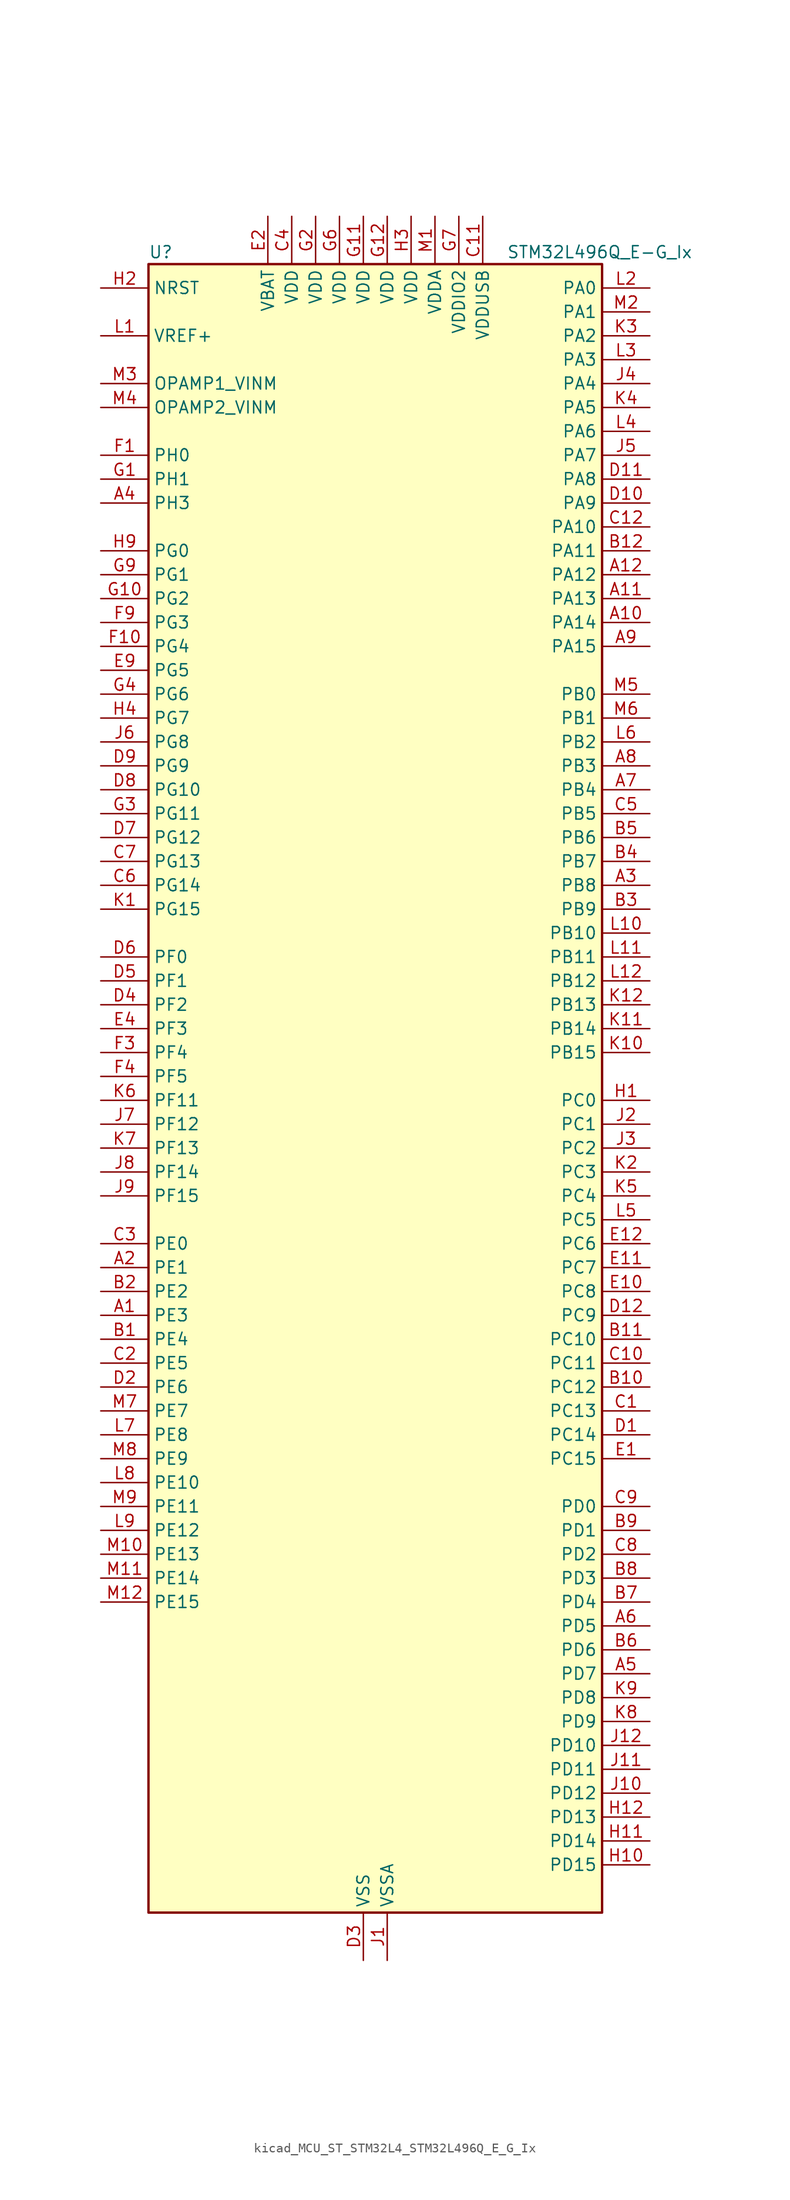
<source format=kicad_sym>
(kicad_symbol_lib
  (version 20220914)
  (generator kicad_symbol_editor)
  (symbol "kicad_MCU_ST_STM32L4_STM32L496Q_E_G_Ix"
    (property "Reference" "U"
      (at -22.86 90.17 0)
      (effects (font (size 1.27 1.27)) (justify left)))
    (property "Value" "STM32L496Q_E-G_Ix"
      (at 15.24 90.17 0)
      (effects (font (size 1.27 1.27)) (justify left)))
    (property "ki_locked" ""
      (at 0 0 0)
      (effects (font (size 1.27 1.27))))
    (symbol "kicad_MCU_ST_STM32L4_STM32L496Q_E_G_Ix_0_1"
      (rectangle (start -22.86 -86.36) (end 25.4 88.9) (stroke (width 0.254) (type default)) (fill (type background))))
    (symbol "kicad_MCU_ST_STM32L4_STM32L496Q_E_G_Ix_1_1"
      (pin bidirectional line (at -27.94 -22.86 0) (length 5.08) (name "PE3" (effects (font (size 1.27 1.27)))) (number "A1" (effects (font (size 1.27 1.27)))) (alternate "FMC_A19" bidirectional line) (alternate "LCD_SEG39" bidirectional line) (alternate "SAI1_SD_B" bidirectional line) (alternate "SYS_TRACED0" bidirectional line) (alternate "TIM3_CH1" bidirectional line) (alternate "TSC_G7_IO2" bidirectional line))
      (pin bidirectional line (at 30.48 50.8 180) (length 5.08) (name "PA14" (effects (font (size 1.27 1.27)))) (number "A10" (effects (font (size 1.27 1.27)))) (alternate "I2C1_SMBA" bidirectional line) (alternate "I2C4_SMBA" bidirectional line) (alternate "LPTIM1_OUT" bidirectional line) (alternate "SAI1_FS_B" bidirectional line) (alternate "SWPMI1_RX" bidirectional line) (alternate "SYS_JTCK-SWCLK" bidirectional line) (alternate "USB_OTG_FS_SOF" bidirectional line))
      (pin bidirectional line (at 30.48 53.34 180) (length 5.08) (name "PA13" (effects (font (size 1.27 1.27)))) (number "A11" (effects (font (size 1.27 1.27)))) (alternate "IR_OUT" bidirectional line) (alternate "SAI1_SD_B" bidirectional line) (alternate "SWPMI1_TX" bidirectional line) (alternate "SYS_JTMS-SWDIO" bidirectional line) (alternate "USB_OTG_FS_NOE" bidirectional line))
      (pin bidirectional line (at 30.48 55.88 180) (length 5.08) (name "PA12" (effects (font (size 1.27 1.27)))) (number "A12" (effects (font (size 1.27 1.27)))) (alternate "CAN1_TX" bidirectional line) (alternate "SPI1_MOSI" bidirectional line) (alternate "TIM1_ETR" bidirectional line) (alternate "USART1_DE" bidirectional line) (alternate "USART1_RTS" bidirectional line) (alternate "USB_OTG_FS_DP" bidirectional line))
      (pin bidirectional line (at -27.94 -17.78 0) (length 5.08) (name "PE1" (effects (font (size 1.27 1.27)))) (number "A2" (effects (font (size 1.27 1.27)))) (alternate "DCMI_D3" bidirectional line) (alternate "FMC_NBL1" bidirectional line) (alternate "LCD_SEG37" bidirectional line) (alternate "TIM17_CH1" bidirectional line))
      (pin bidirectional line (at 30.48 22.86 180) (length 5.08) (name "PB8" (effects (font (size 1.27 1.27)))) (number "A3" (effects (font (size 1.27 1.27)))) (alternate "CAN1_RX" bidirectional line) (alternate "DCMI_D6" bidirectional line) (alternate "DFSDM1_DATIN6" bidirectional line) (alternate "I2C1_SCL" bidirectional line) (alternate "LCD_SEG16" bidirectional line) (alternate "SAI1_MCLK_A" bidirectional line) (alternate "SDMMC1_D4" bidirectional line) (alternate "TIM16_CH1" bidirectional line) (alternate "TIM4_CH3" bidirectional line))
      (pin bidirectional line (at -27.94 63.5 0) (length 5.08) (name "PH3" (effects (font (size 1.27 1.27)))) (number "A4" (effects (font (size 1.27 1.27)))))
      (pin bidirectional line (at 30.48 -60.96 180) (length 5.08) (name "PD7" (effects (font (size 1.27 1.27)))) (number "A5" (effects (font (size 1.27 1.27)))) (alternate "DFSDM1_CKIN1" bidirectional line) (alternate "FMC_NE1" bidirectional line) (alternate "QUADSPI_BK2_IO3" bidirectional line) (alternate "USART2_CK" bidirectional line))
      (pin bidirectional line (at 30.48 -55.88 180) (length 5.08) (name "PD5" (effects (font (size 1.27 1.27)))) (number "A6" (effects (font (size 1.27 1.27)))) (alternate "FMC_NWE" bidirectional line) (alternate "QUADSPI_BK2_IO1" bidirectional line) (alternate "USART2_TX" bidirectional line))
      (pin bidirectional line (at 30.48 33.02 180) (length 5.08) (name "PB4" (effects (font (size 1.27 1.27)))) (number "A7" (effects (font (size 1.27 1.27)))) (alternate "COMP2_INP" bidirectional line) (alternate "DCMI_D12" bidirectional line) (alternate "I2C3_SDA" bidirectional line) (alternate "LCD_SEG8" bidirectional line) (alternate "SAI1_MCLK_B" bidirectional line) (alternate "SPI1_MISO" bidirectional line) (alternate "SPI3_MISO" bidirectional line) (alternate "SYS_JTRST" bidirectional line) (alternate "TIM17_BKIN" bidirectional line) (alternate "TIM3_CH1" bidirectional line) (alternate "TSC_G2_IO1" bidirectional line) (alternate "UART5_DE" bidirectional line) (alternate "UART5_RTS" bidirectional line) (alternate "USART1_CTS" bidirectional line))
      (pin bidirectional line (at 30.48 35.56 180) (length 5.08) (name "PB3" (effects (font (size 1.27 1.27)))) (number "A8" (effects (font (size 1.27 1.27)))) (alternate "COMP2_INM" bidirectional line) (alternate "CRS_SYNC" bidirectional line) (alternate "LCD_SEG7" bidirectional line) (alternate "SAI1_SCK_B" bidirectional line) (alternate "SPI1_SCK" bidirectional line) (alternate "SPI3_SCK" bidirectional line) (alternate "SYS_JTDO-SWO" bidirectional line) (alternate "TIM2_CH2" bidirectional line) (alternate "USART1_DE" bidirectional line) (alternate "USART1_RTS" bidirectional line))
      (pin bidirectional line (at 30.48 48.26 180) (length 5.08) (name "PA15" (effects (font (size 1.27 1.27)))) (number "A9" (effects (font (size 1.27 1.27)))) (alternate "ADC1_EXTI15" bidirectional line) (alternate "ADC2_EXTI15" bidirectional line) (alternate "ADC3_EXTI15" bidirectional line) (alternate "LCD_SEG17" bidirectional line) (alternate "SAI2_FS_B" bidirectional line) (alternate "SPI1_NSS" bidirectional line) (alternate "SPI3_NSS" bidirectional line) (alternate "SWPMI1_SUSPEND" bidirectional line) (alternate "SYS_JTDI" bidirectional line) (alternate "TIM2_CH1" bidirectional line) (alternate "TIM2_ETR" bidirectional line) (alternate "TSC_G3_IO1" bidirectional line) (alternate "UART4_DE" bidirectional line) (alternate "UART4_RTS" bidirectional line) (alternate "USART2_RX" bidirectional line) (alternate "USART3_DE" bidirectional line) (alternate "USART3_RTS" bidirectional line))
      (pin bidirectional line (at -27.94 -25.4 0) (length 5.08) (name "PE4" (effects (font (size 1.27 1.27)))) (number "B1" (effects (font (size 1.27 1.27)))) (alternate "DCMI_D4" bidirectional line) (alternate "DFSDM1_DATIN3" bidirectional line) (alternate "FMC_A20" bidirectional line) (alternate "SAI1_FS_A" bidirectional line) (alternate "SYS_TRACED1" bidirectional line) (alternate "TIM3_CH2" bidirectional line) (alternate "TSC_G7_IO3" bidirectional line))
      (pin bidirectional line (at 30.48 -30.48 180) (length 5.08) (name "PC12" (effects (font (size 1.27 1.27)))) (number "B10" (effects (font (size 1.27 1.27)))) (alternate "DCMI_D9" bidirectional line) (alternate "LCD_COM6" bidirectional line) (alternate "LCD_SEG30" bidirectional line) (alternate "LCD_SEG42" bidirectional line) (alternate "SAI2_SD_B" bidirectional line) (alternate "SDMMC1_CK" bidirectional line) (alternate "SPI3_MOSI" bidirectional line) (alternate "SYS_TRACED3" bidirectional line) (alternate "TSC_G3_IO4" bidirectional line) (alternate "UART5_TX" bidirectional line) (alternate "USART3_CK" bidirectional line))
      (pin bidirectional line (at 30.48 -25.4 180) (length 5.08) (name "PC10" (effects (font (size 1.27 1.27)))) (number "B11" (effects (font (size 1.27 1.27)))) (alternate "DCMI_D8" bidirectional line) (alternate "LCD_COM4" bidirectional line) (alternate "LCD_SEG28" bidirectional line) (alternate "LCD_SEG40" bidirectional line) (alternate "SAI2_SCK_B" bidirectional line) (alternate "SDMMC1_D2" bidirectional line) (alternate "SPI3_SCK" bidirectional line) (alternate "SYS_TRACED1" bidirectional line) (alternate "TSC_G3_IO2" bidirectional line) (alternate "UART4_TX" bidirectional line) (alternate "USART3_TX" bidirectional line))
      (pin bidirectional line (at 30.48 58.42 180) (length 5.08) (name "PA11" (effects (font (size 1.27 1.27)))) (number "B12" (effects (font (size 1.27 1.27)))) (alternate "ADC1_EXTI11" bidirectional line) (alternate "ADC2_EXTI11" bidirectional line) (alternate "ADC3_EXTI11" bidirectional line) (alternate "CAN1_RX" bidirectional line) (alternate "SPI1_MISO" bidirectional line) (alternate "TIM1_BKIN2" bidirectional line) (alternate "TIM1_BKIN2_COMP1" bidirectional line) (alternate "TIM1_CH4" bidirectional line) (alternate "USART1_CTS" bidirectional line) (alternate "USB_OTG_FS_DM" bidirectional line))
      (pin bidirectional line (at -27.94 -20.32 0) (length 5.08) (name "PE2" (effects (font (size 1.27 1.27)))) (number "B2" (effects (font (size 1.27 1.27)))) (alternate "FMC_A23" bidirectional line) (alternate "LCD_SEG38" bidirectional line) (alternate "SAI1_MCLK_A" bidirectional line) (alternate "SYS_TRACECLK" bidirectional line) (alternate "TIM3_ETR" bidirectional line) (alternate "TSC_G7_IO1" bidirectional line))
      (pin bidirectional line (at 30.48 20.32 180) (length 5.08) (name "PB9" (effects (font (size 1.27 1.27)))) (number "B3" (effects (font (size 1.27 1.27)))) (alternate "CAN1_TX" bidirectional line) (alternate "DAC1_EXTI9" bidirectional line) (alternate "DCMI_D7" bidirectional line) (alternate "DFSDM1_CKIN6" bidirectional line) (alternate "I2C1_SDA" bidirectional line) (alternate "IR_OUT" bidirectional line) (alternate "LCD_COM3" bidirectional line) (alternate "SAI1_FS_A" bidirectional line) (alternate "SDMMC1_D5" bidirectional line) (alternate "SPI2_NSS" bidirectional line) (alternate "TIM17_CH1" bidirectional line) (alternate "TIM4_CH4" bidirectional line))
      (pin bidirectional line (at 30.48 25.4 180) (length 5.08) (name "PB7" (effects (font (size 1.27 1.27)))) (number "B4" (effects (font (size 1.27 1.27)))) (alternate "COMP2_INM" bidirectional line) (alternate "DCMI_VSYNC" bidirectional line) (alternate "DFSDM1_CKIN5" bidirectional line) (alternate "FMC_NL" bidirectional line) (alternate "I2C1_SDA" bidirectional line) (alternate "I2C4_SDA" bidirectional line) (alternate "LCD_SEG21" bidirectional line) (alternate "LPTIM1_IN2" bidirectional line) (alternate "SYS_PVD_IN" bidirectional line) (alternate "TIM17_CH1N" bidirectional line) (alternate "TIM4_CH2" bidirectional line) (alternate "TIM8_BKIN" bidirectional line) (alternate "TIM8_BKIN_COMP1" bidirectional line) (alternate "TSC_G2_IO4" bidirectional line) (alternate "UART4_CTS" bidirectional line) (alternate "USART1_RX" bidirectional line))
      (pin bidirectional line (at 30.48 27.94 180) (length 5.08) (name "PB6" (effects (font (size 1.27 1.27)))) (number "B5" (effects (font (size 1.27 1.27)))) (alternate "CAN2_TX" bidirectional line) (alternate "COMP2_INP" bidirectional line) (alternate "DCMI_D5" bidirectional line) (alternate "DFSDM1_DATIN5" bidirectional line) (alternate "I2C1_SCL" bidirectional line) (alternate "I2C4_SCL" bidirectional line) (alternate "LPTIM1_ETR" bidirectional line) (alternate "SAI1_FS_B" bidirectional line) (alternate "TIM16_CH1N" bidirectional line) (alternate "TIM4_CH1" bidirectional line) (alternate "TIM8_BKIN2" bidirectional line) (alternate "TIM8_BKIN2_COMP2" bidirectional line) (alternate "TSC_G2_IO3" bidirectional line) (alternate "USART1_TX" bidirectional line))
      (pin bidirectional line (at 30.48 -58.42 180) (length 5.08) (name "PD6" (effects (font (size 1.27 1.27)))) (number "B6" (effects (font (size 1.27 1.27)))) (alternate "DCMI_D10" bidirectional line) (alternate "DFSDM1_DATIN1" bidirectional line) (alternate "FMC_NWAIT" bidirectional line) (alternate "QUADSPI_BK2_IO1" bidirectional line) (alternate "QUADSPI_BK2_IO2" bidirectional line) (alternate "SAI1_SD_A" bidirectional line) (alternate "USART2_RX" bidirectional line))
      (pin bidirectional line (at 30.48 -53.34 180) (length 5.08) (name "PD4" (effects (font (size 1.27 1.27)))) (number "B7" (effects (font (size 1.27 1.27)))) (alternate "DFSDM1_CKIN0" bidirectional line) (alternate "FMC_NOE" bidirectional line) (alternate "QUADSPI_BK2_IO0" bidirectional line) (alternate "SPI2_MOSI" bidirectional line) (alternate "USART2_DE" bidirectional line) (alternate "USART2_RTS" bidirectional line))
      (pin bidirectional line (at 30.48 -50.8 180) (length 5.08) (name "PD3" (effects (font (size 1.27 1.27)))) (number "B8" (effects (font (size 1.27 1.27)))) (alternate "DCMI_D5" bidirectional line) (alternate "DFSDM1_DATIN0" bidirectional line) (alternate "FMC_CLK" bidirectional line) (alternate "QUADSPI_BK2_NCS" bidirectional line) (alternate "SPI2_MISO" bidirectional line) (alternate "SPI2_SCK" bidirectional line) (alternate "USART2_CTS" bidirectional line))
      (pin bidirectional line (at 30.48 -45.72 180) (length 5.08) (name "PD1" (effects (font (size 1.27 1.27)))) (number "B9" (effects (font (size 1.27 1.27)))) (alternate "CAN1_TX" bidirectional line) (alternate "DFSDM1_CKIN7" bidirectional line) (alternate "FMC_D3" bidirectional line) (alternate "FMC_DA3" bidirectional line) (alternate "SPI2_SCK" bidirectional line))
      (pin bidirectional line (at 30.48 -33.02 180) (length 5.08) (name "PC13" (effects (font (size 1.27 1.27)))) (number "C1" (effects (font (size 1.27 1.27)))) (alternate "RTC_OUT_ALARM" bidirectional line) (alternate "RTC_OUT_CALIB" bidirectional line) (alternate "RTC_TAMP1" bidirectional line) (alternate "RTC_TS" bidirectional line) (alternate "SYS_WKUP2" bidirectional line))
      (pin bidirectional line (at 30.48 -27.94 180) (length 5.08) (name "PC11" (effects (font (size 1.27 1.27)))) (number "C10" (effects (font (size 1.27 1.27)))) (alternate "ADC1_EXTI11" bidirectional line) (alternate "ADC2_EXTI11" bidirectional line) (alternate "ADC3_EXTI11" bidirectional line) (alternate "DCMI_D4" bidirectional line) (alternate "LCD_COM5" bidirectional line) (alternate "LCD_SEG29" bidirectional line) (alternate "LCD_SEG41" bidirectional line) (alternate "QUADSPI_BK2_NCS" bidirectional line) (alternate "SAI2_MCLK_B" bidirectional line) (alternate "SDMMC1_D3" bidirectional line) (alternate "SPI3_MISO" bidirectional line) (alternate "TSC_G3_IO3" bidirectional line) (alternate "UART4_RX" bidirectional line) (alternate "USART3_RX" bidirectional line))
      (pin power_in line (at 12.7 93.98 270) (length 5.08) (name "VDDUSB" (effects (font (size 1.27 1.27)))) (number "C11" (effects (font (size 1.27 1.27)))))
      (pin bidirectional line (at 30.48 60.96 180) (length 5.08) (name "PA10" (effects (font (size 1.27 1.27)))) (number "C12" (effects (font (size 1.27 1.27)))) (alternate "DCMI_D1" bidirectional line) (alternate "LCD_COM2" bidirectional line) (alternate "SAI1_SD_A" bidirectional line) (alternate "TIM17_BKIN" bidirectional line) (alternate "TIM1_CH3" bidirectional line) (alternate "USART1_RX" bidirectional line) (alternate "USB_OTG_FS_ID" bidirectional line))
      (pin bidirectional line (at -27.94 -27.94 0) (length 5.08) (name "PE5" (effects (font (size 1.27 1.27)))) (number "C2" (effects (font (size 1.27 1.27)))) (alternate "DCMI_D6" bidirectional line) (alternate "DFSDM1_CKIN3" bidirectional line) (alternate "FMC_A21" bidirectional line) (alternate "SAI1_SCK_A" bidirectional line) (alternate "SYS_TRACED2" bidirectional line) (alternate "TIM3_CH3" bidirectional line) (alternate "TSC_G7_IO4" bidirectional line))
      (pin bidirectional line (at -27.94 -15.24 0) (length 5.08) (name "PE0" (effects (font (size 1.27 1.27)))) (number "C3" (effects (font (size 1.27 1.27)))) (alternate "DCMI_D2" bidirectional line) (alternate "FMC_NBL0" bidirectional line) (alternate "LCD_SEG36" bidirectional line) (alternate "TIM16_CH1" bidirectional line) (alternate "TIM4_ETR" bidirectional line))
      (pin power_in line (at -7.62 93.98 270) (length 5.08) (name "VDD" (effects (font (size 1.27 1.27)))) (number "C4" (effects (font (size 1.27 1.27)))))
      (pin bidirectional line (at 30.48 30.48 180) (length 5.08) (name "PB5" (effects (font (size 1.27 1.27)))) (number "C5" (effects (font (size 1.27 1.27)))) (alternate "CAN2_RX" bidirectional line) (alternate "COMP2_OUT" bidirectional line) (alternate "DCMI_D10" bidirectional line) (alternate "I2C1_SMBA" bidirectional line) (alternate "LCD_SEG9" bidirectional line) (alternate "LPTIM1_IN1" bidirectional line) (alternate "SAI1_SD_B" bidirectional line) (alternate "SPI1_MOSI" bidirectional line) (alternate "SPI3_MOSI" bidirectional line) (alternate "TIM16_BKIN" bidirectional line) (alternate "TIM3_CH2" bidirectional line) (alternate "TSC_G2_IO2" bidirectional line) (alternate "UART5_CTS" bidirectional line) (alternate "USART1_CK" bidirectional line))
      (pin bidirectional line (at -27.94 22.86 0) (length 5.08) (name "PG14" (effects (font (size 1.27 1.27)))) (number "C6" (effects (font (size 1.27 1.27)))) (alternate "FMC_A25" bidirectional line) (alternate "I2C1_SCL" bidirectional line))
      (pin bidirectional line (at -27.94 25.4 0) (length 5.08) (name "PG13" (effects (font (size 1.27 1.27)))) (number "C7" (effects (font (size 1.27 1.27)))) (alternate "FMC_A24" bidirectional line) (alternate "I2C1_SDA" bidirectional line) (alternate "USART1_CK" bidirectional line))
      (pin bidirectional line (at 30.48 -48.26 180) (length 5.08) (name "PD2" (effects (font (size 1.27 1.27)))) (number "C8" (effects (font (size 1.27 1.27)))) (alternate "DCMI_D11" bidirectional line) (alternate "LCD_COM7" bidirectional line) (alternate "LCD_SEG31" bidirectional line) (alternate "LCD_SEG43" bidirectional line) (alternate "SDMMC1_CMD" bidirectional line) (alternate "SYS_TRACED2" bidirectional line) (alternate "TIM3_ETR" bidirectional line) (alternate "TSC_SYNC" bidirectional line) (alternate "UART5_RX" bidirectional line) (alternate "USART3_DE" bidirectional line) (alternate "USART3_RTS" bidirectional line))
      (pin bidirectional line (at 30.48 -43.18 180) (length 5.08) (name "PD0" (effects (font (size 1.27 1.27)))) (number "C9" (effects (font (size 1.27 1.27)))) (alternate "CAN1_RX" bidirectional line) (alternate "DFSDM1_DATIN7" bidirectional line) (alternate "FMC_D2" bidirectional line) (alternate "FMC_DA2" bidirectional line) (alternate "SPI2_NSS" bidirectional line))
      (pin bidirectional line (at 30.48 -35.56 180) (length 5.08) (name "PC14" (effects (font (size 1.27 1.27)))) (number "D1" (effects (font (size 1.27 1.27)))) (alternate "RCC_OSC32_IN" bidirectional line))
      (pin bidirectional line (at 30.48 63.5 180) (length 5.08) (name "PA9" (effects (font (size 1.27 1.27)))) (number "D10" (effects (font (size 1.27 1.27)))) (alternate "DAC1_EXTI9" bidirectional line) (alternate "DCMI_D0" bidirectional line) (alternate "LCD_COM1" bidirectional line) (alternate "SAI1_FS_A" bidirectional line) (alternate "SPI2_SCK" bidirectional line) (alternate "TIM15_BKIN" bidirectional line) (alternate "TIM1_CH2" bidirectional line) (alternate "USART1_TX" bidirectional line) (alternate "USB_OTG_FS_VBUS" bidirectional line))
      (pin bidirectional line (at 30.48 66.04 180) (length 5.08) (name "PA8" (effects (font (size 1.27 1.27)))) (number "D11" (effects (font (size 1.27 1.27)))) (alternate "LCD_COM0" bidirectional line) (alternate "LPTIM2_OUT" bidirectional line) (alternate "RCC_MCO" bidirectional line) (alternate "SAI1_SCK_A" bidirectional line) (alternate "SWPMI1_IO" bidirectional line) (alternate "TIM1_CH1" bidirectional line) (alternate "USART1_CK" bidirectional line) (alternate "USB_OTG_FS_SOF" bidirectional line))
      (pin bidirectional line (at 30.48 -22.86 180) (length 5.08) (name "PC9" (effects (font (size 1.27 1.27)))) (number "D12" (effects (font (size 1.27 1.27)))) (alternate "DAC1_EXTI9" bidirectional line) (alternate "DCMI_D3" bidirectional line) (alternate "I2C3_SDA" bidirectional line) (alternate "LCD_SEG27" bidirectional line) (alternate "SAI2_EXTCLK" bidirectional line) (alternate "SDMMC1_D1" bidirectional line) (alternate "TIM3_CH4" bidirectional line) (alternate "TIM8_BKIN2" bidirectional line) (alternate "TIM8_BKIN2_COMP1" bidirectional line) (alternate "TIM8_CH4" bidirectional line) (alternate "TSC_G4_IO4" bidirectional line) (alternate "USB_OTG_FS_NOE" bidirectional line))
      (pin bidirectional line (at -27.94 -30.48 0) (length 5.08) (name "PE6" (effects (font (size 1.27 1.27)))) (number "D2" (effects (font (size 1.27 1.27)))) (alternate "DCMI_D7" bidirectional line) (alternate "FMC_A22" bidirectional line) (alternate "RTC_TAMP3" bidirectional line) (alternate "SAI1_SD_A" bidirectional line) (alternate "SYS_TRACED3" bidirectional line) (alternate "SYS_WKUP3" bidirectional line) (alternate "TIM3_CH4" bidirectional line))
      (pin power_in line (at 0 -91.44 90) (length 5.08) (name "VSS" (effects (font (size 1.27 1.27)))) (number "D3" (effects (font (size 1.27 1.27)))))
      (pin bidirectional line (at -27.94 10.16 0) (length 5.08) (name "PF2" (effects (font (size 1.27 1.27)))) (number "D4" (effects (font (size 1.27 1.27)))) (alternate "FMC_A2" bidirectional line) (alternate "I2C2_SMBA" bidirectional line))
      (pin bidirectional line (at -27.94 12.7 0) (length 5.08) (name "PF1" (effects (font (size 1.27 1.27)))) (number "D5" (effects (font (size 1.27 1.27)))) (alternate "FMC_A1" bidirectional line) (alternate "I2C2_SCL" bidirectional line))
      (pin bidirectional line (at -27.94 15.24 0) (length 5.08) (name "PF0" (effects (font (size 1.27 1.27)))) (number "D6" (effects (font (size 1.27 1.27)))) (alternate "FMC_A0" bidirectional line) (alternate "I2C2_SDA" bidirectional line))
      (pin bidirectional line (at -27.94 27.94 0) (length 5.08) (name "PG12" (effects (font (size 1.27 1.27)))) (number "D7" (effects (font (size 1.27 1.27)))) (alternate "FMC_NE4" bidirectional line) (alternate "LPTIM1_ETR" bidirectional line) (alternate "SAI2_SD_A" bidirectional line) (alternate "SPI3_NSS" bidirectional line) (alternate "USART1_DE" bidirectional line) (alternate "USART1_RTS" bidirectional line))
      (pin bidirectional line (at -27.94 33.02 0) (length 5.08) (name "PG10" (effects (font (size 1.27 1.27)))) (number "D8" (effects (font (size 1.27 1.27)))) (alternate "FMC_NE3" bidirectional line) (alternate "LPTIM1_IN1" bidirectional line) (alternate "SAI2_FS_A" bidirectional line) (alternate "SPI3_MISO" bidirectional line) (alternate "TIM15_CH1" bidirectional line) (alternate "USART1_RX" bidirectional line))
      (pin bidirectional line (at -27.94 35.56 0) (length 5.08) (name "PG9" (effects (font (size 1.27 1.27)))) (number "D9" (effects (font (size 1.27 1.27)))) (alternate "DAC1_EXTI9" bidirectional line) (alternate "FMC_NCE" bidirectional line) (alternate "FMC_NE2" bidirectional line) (alternate "SAI2_SCK_A" bidirectional line) (alternate "SPI3_SCK" bidirectional line) (alternate "TIM15_CH1N" bidirectional line) (alternate "USART1_TX" bidirectional line))
      (pin bidirectional line (at 30.48 -38.1 180) (length 5.08) (name "PC15" (effects (font (size 1.27 1.27)))) (number "E1" (effects (font (size 1.27 1.27)))) (alternate "ADC1_EXTI15" bidirectional line) (alternate "ADC2_EXTI15" bidirectional line) (alternate "ADC3_EXTI15" bidirectional line) (alternate "RCC_OSC32_OUT" bidirectional line))
      (pin bidirectional line (at 30.48 -20.32 180) (length 5.08) (name "PC8" (effects (font (size 1.27 1.27)))) (number "E10" (effects (font (size 1.27 1.27)))) (alternate "DCMI_D2" bidirectional line) (alternate "LCD_SEG26" bidirectional line) (alternate "SDMMC1_D0" bidirectional line) (alternate "TIM3_CH3" bidirectional line) (alternate "TIM8_CH3" bidirectional line) (alternate "TSC_G4_IO3" bidirectional line))
      (pin bidirectional line (at 30.48 -17.78 180) (length 5.08) (name "PC7" (effects (font (size 1.27 1.27)))) (number "E11" (effects (font (size 1.27 1.27)))) (alternate "DCMI_D1" bidirectional line) (alternate "DFSDM1_DATIN3" bidirectional line) (alternate "LCD_SEG25" bidirectional line) (alternate "SAI2_MCLK_B" bidirectional line) (alternate "SDMMC1_D7" bidirectional line) (alternate "TIM3_CH2" bidirectional line) (alternate "TIM8_CH2" bidirectional line) (alternate "TSC_G4_IO2" bidirectional line))
      (pin bidirectional line (at 30.48 -15.24 180) (length 5.08) (name "PC6" (effects (font (size 1.27 1.27)))) (number "E12" (effects (font (size 1.27 1.27)))) (alternate "DCMI_D0" bidirectional line) (alternate "DFSDM1_CKIN3" bidirectional line) (alternate "LCD_SEG24" bidirectional line) (alternate "SAI2_MCLK_A" bidirectional line) (alternate "SDMMC1_D6" bidirectional line) (alternate "TIM3_CH1" bidirectional line) (alternate "TIM8_CH1" bidirectional line) (alternate "TSC_G4_IO1" bidirectional line))
      (pin power_in line (at -10.16 93.98 270) (length 5.08) (name "VBAT" (effects (font (size 1.27 1.27)))) (number "E2" (effects (font (size 1.27 1.27)))))
      (pin passive line (at 0 -91.44 90) (length 5.08) hide (name "VSS" (effects (font (size 1.27 1.27)))) (number "E3" (effects (font (size 1.27 1.27)))))
      (pin bidirectional line (at -27.94 7.62 0) (length 5.08) (name "PF3" (effects (font (size 1.27 1.27)))) (number "E4" (effects (font (size 1.27 1.27)))) (alternate "ADC3_IN6" bidirectional line) (alternate "FMC_A3" bidirectional line))
      (pin bidirectional line (at -27.94 45.72 0) (length 5.08) (name "PG5" (effects (font (size 1.27 1.27)))) (number "E9" (effects (font (size 1.27 1.27)))) (alternate "FMC_A15" bidirectional line) (alternate "LPUART1_CTS" bidirectional line) (alternate "SAI2_SD_B" bidirectional line) (alternate "SPI1_NSS" bidirectional line))
      (pin bidirectional line (at -27.94 68.58 0) (length 5.08) (name "PH0" (effects (font (size 1.27 1.27)))) (number "F1" (effects (font (size 1.27 1.27)))) (alternate "RCC_OSC_IN" bidirectional line))
      (pin bidirectional line (at -27.94 48.26 0) (length 5.08) (name "PG4" (effects (font (size 1.27 1.27)))) (number "F10" (effects (font (size 1.27 1.27)))) (alternate "FMC_A14" bidirectional line) (alternate "SAI2_MCLK_B" bidirectional line) (alternate "SPI1_MOSI" bidirectional line))
      (pin passive line (at 0 -91.44 90) (length 5.08) hide (name "VSS" (effects (font (size 1.27 1.27)))) (number "F11" (effects (font (size 1.27 1.27)))))
      (pin passive line (at 0 -91.44 90) (length 5.08) hide (name "VSS" (effects (font (size 1.27 1.27)))) (number "F12" (effects (font (size 1.27 1.27)))))
      (pin passive line (at 0 -91.44 90) (length 5.08) hide (name "VSS" (effects (font (size 1.27 1.27)))) (number "F2" (effects (font (size 1.27 1.27)))))
      (pin bidirectional line (at -27.94 5.08 0) (length 5.08) (name "PF4" (effects (font (size 1.27 1.27)))) (number "F3" (effects (font (size 1.27 1.27)))) (alternate "ADC3_IN7" bidirectional line) (alternate "FMC_A4" bidirectional line))
      (pin bidirectional line (at -27.94 2.54 0) (length 5.08) (name "PF5" (effects (font (size 1.27 1.27)))) (number "F4" (effects (font (size 1.27 1.27)))) (alternate "ADC3_IN8" bidirectional line) (alternate "FMC_A5" bidirectional line))
      (pin passive line (at 0 -91.44 90) (length 5.08) hide (name "VSS" (effects (font (size 1.27 1.27)))) (number "F6" (effects (font (size 1.27 1.27)))))
      (pin passive line (at 0 -91.44 90) (length 5.08) hide (name "VSS" (effects (font (size 1.27 1.27)))) (number "F7" (effects (font (size 1.27 1.27)))))
      (pin bidirectional line (at -27.94 50.8 0) (length 5.08) (name "PG3" (effects (font (size 1.27 1.27)))) (number "F9" (effects (font (size 1.27 1.27)))) (alternate "FMC_A13" bidirectional line) (alternate "SAI2_FS_B" bidirectional line) (alternate "SPI1_MISO" bidirectional line))
      (pin bidirectional line (at -27.94 66.04 0) (length 5.08) (name "PH1" (effects (font (size 1.27 1.27)))) (number "G1" (effects (font (size 1.27 1.27)))) (alternate "RCC_OSC_OUT" bidirectional line))
      (pin bidirectional line (at -27.94 53.34 0) (length 5.08) (name "PG2" (effects (font (size 1.27 1.27)))) (number "G10" (effects (font (size 1.27 1.27)))) (alternate "FMC_A12" bidirectional line) (alternate "SAI2_SCK_B" bidirectional line) (alternate "SPI1_SCK" bidirectional line))
      (pin power_in line (at 0 93.98 270) (length 5.08) (name "VDD" (effects (font (size 1.27 1.27)))) (number "G11" (effects (font (size 1.27 1.27)))))
      (pin power_in line (at 2.54 93.98 270) (length 5.08) (name "VDD" (effects (font (size 1.27 1.27)))) (number "G12" (effects (font (size 1.27 1.27)))))
      (pin power_in line (at -5.08 93.98 270) (length 5.08) (name "VDD" (effects (font (size 1.27 1.27)))) (number "G2" (effects (font (size 1.27 1.27)))))
      (pin bidirectional line (at -27.94 30.48 0) (length 5.08) (name "PG11" (effects (font (size 1.27 1.27)))) (number "G3" (effects (font (size 1.27 1.27)))) (alternate "ADC1_EXTI11" bidirectional line) (alternate "ADC2_EXTI11" bidirectional line) (alternate "ADC3_EXTI11" bidirectional line) (alternate "LPTIM1_IN2" bidirectional line) (alternate "SAI2_MCLK_A" bidirectional line) (alternate "SPI3_MOSI" bidirectional line) (alternate "TIM15_CH2" bidirectional line) (alternate "USART1_CTS" bidirectional line))
      (pin bidirectional line (at -27.94 43.18 0) (length 5.08) (name "PG6" (effects (font (size 1.27 1.27)))) (number "G4" (effects (font (size 1.27 1.27)))) (alternate "I2C3_SMBA" bidirectional line) (alternate "LPUART1_DE" bidirectional line) (alternate "LPUART1_RTS" bidirectional line))
      (pin power_in line (at -2.54 93.98 270) (length 5.08) (name "VDD" (effects (font (size 1.27 1.27)))) (number "G6" (effects (font (size 1.27 1.27)))))
      (pin power_in line (at 10.16 93.98 270) (length 5.08) (name "VDDIO2" (effects (font (size 1.27 1.27)))) (number "G7" (effects (font (size 1.27 1.27)))))
      (pin bidirectional line (at -27.94 55.88 0) (length 5.08) (name "PG1" (effects (font (size 1.27 1.27)))) (number "G9" (effects (font (size 1.27 1.27)))) (alternate "FMC_A11" bidirectional line) (alternate "TSC_G8_IO4" bidirectional line))
      (pin bidirectional line (at 30.48 0 180) (length 5.08) (name "PC0" (effects (font (size 1.27 1.27)))) (number "H1" (effects (font (size 1.27 1.27)))) (alternate "ADC1_IN1" bidirectional line) (alternate "ADC2_IN1" bidirectional line) (alternate "ADC3_IN1" bidirectional line) (alternate "DFSDM1_DATIN4" bidirectional line) (alternate "I2C3_SCL" bidirectional line) (alternate "I2C4_SCL" bidirectional line) (alternate "LCD_SEG18" bidirectional line) (alternate "LPTIM1_IN1" bidirectional line) (alternate "LPTIM2_IN1" bidirectional line) (alternate "LPUART1_RX" bidirectional line))
      (pin bidirectional line (at 30.48 -81.28 180) (length 5.08) (name "PD15" (effects (font (size 1.27 1.27)))) (number "H10" (effects (font (size 1.27 1.27)))) (alternate "ADC1_EXTI15" bidirectional line) (alternate "ADC2_EXTI15" bidirectional line) (alternate "ADC3_EXTI15" bidirectional line) (alternate "FMC_D1" bidirectional line) (alternate "FMC_DA1" bidirectional line) (alternate "LCD_SEG35" bidirectional line) (alternate "TIM4_CH4" bidirectional line))
      (pin bidirectional line (at 30.48 -78.74 180) (length 5.08) (name "PD14" (effects (font (size 1.27 1.27)))) (number "H11" (effects (font (size 1.27 1.27)))) (alternate "FMC_D0" bidirectional line) (alternate "FMC_DA0" bidirectional line) (alternate "LCD_SEG34" bidirectional line) (alternate "TIM4_CH3" bidirectional line))
      (pin bidirectional line (at 30.48 -76.2 180) (length 5.08) (name "PD13" (effects (font (size 1.27 1.27)))) (number "H12" (effects (font (size 1.27 1.27)))) (alternate "FMC_A18" bidirectional line) (alternate "I2C4_SDA" bidirectional line) (alternate "LCD_SEG33" bidirectional line) (alternate "LPTIM2_OUT" bidirectional line) (alternate "TIM4_CH2" bidirectional line) (alternate "TSC_G6_IO4" bidirectional line))
      (pin input line (at -27.94 86.36 0) (length 5.08) (name "NRST" (effects (font (size 1.27 1.27)))) (number "H2" (effects (font (size 1.27 1.27)))))
      (pin power_in line (at 5.08 93.98 270) (length 5.08) (name "VDD" (effects (font (size 1.27 1.27)))) (number "H3" (effects (font (size 1.27 1.27)))))
      (pin bidirectional line (at -27.94 40.64 0) (length 5.08) (name "PG7" (effects (font (size 1.27 1.27)))) (number "H4" (effects (font (size 1.27 1.27)))) (alternate "FMC_INT" bidirectional line) (alternate "I2C3_SCL" bidirectional line) (alternate "LPUART1_TX" bidirectional line) (alternate "SAI1_MCLK_A" bidirectional line))
      (pin bidirectional line (at -27.94 58.42 0) (length 5.08) (name "PG0" (effects (font (size 1.27 1.27)))) (number "H9" (effects (font (size 1.27 1.27)))) (alternate "FMC_A10" bidirectional line) (alternate "TSC_G8_IO3" bidirectional line))
      (pin power_in line (at 2.54 -91.44 90) (length 5.08) (name "VSSA" (effects (font (size 1.27 1.27)))) (number "J1" (effects (font (size 1.27 1.27)))))
      (pin bidirectional line (at 30.48 -73.66 180) (length 5.08) (name "PD12" (effects (font (size 1.27 1.27)))) (number "J10" (effects (font (size 1.27 1.27)))) (alternate "FMC_A17" bidirectional line) (alternate "FMC_ALE" bidirectional line) (alternate "I2C4_SCL" bidirectional line) (alternate "LCD_SEG32" bidirectional line) (alternate "LPTIM2_IN1" bidirectional line) (alternate "SAI2_FS_A" bidirectional line) (alternate "TIM4_CH1" bidirectional line) (alternate "TSC_G6_IO3" bidirectional line) (alternate "USART3_DE" bidirectional line) (alternate "USART3_RTS" bidirectional line))
      (pin bidirectional line (at 30.48 -71.12 180) (length 5.08) (name "PD11" (effects (font (size 1.27 1.27)))) (number "J11" (effects (font (size 1.27 1.27)))) (alternate "ADC1_EXTI11" bidirectional line) (alternate "ADC2_EXTI11" bidirectional line) (alternate "ADC3_EXTI11" bidirectional line) (alternate "FMC_A16" bidirectional line) (alternate "FMC_CLE" bidirectional line) (alternate "I2C4_SMBA" bidirectional line) (alternate "LCD_SEG31" bidirectional line) (alternate "LPTIM2_ETR" bidirectional line) (alternate "SAI2_SD_A" bidirectional line) (alternate "TSC_G6_IO2" bidirectional line) (alternate "USART3_CTS" bidirectional line))
      (pin bidirectional line (at 30.48 -68.58 180) (length 5.08) (name "PD10" (effects (font (size 1.27 1.27)))) (number "J12" (effects (font (size 1.27 1.27)))) (alternate "FMC_D15" bidirectional line) (alternate "FMC_DA15" bidirectional line) (alternate "LCD_SEG30" bidirectional line) (alternate "SAI2_SCK_A" bidirectional line) (alternate "TSC_G6_IO1" bidirectional line) (alternate "USART3_CK" bidirectional line))
      (pin bidirectional line (at 30.48 -2.54 180) (length 5.08) (name "PC1" (effects (font (size 1.27 1.27)))) (number "J2" (effects (font (size 1.27 1.27)))) (alternate "ADC1_IN2" bidirectional line) (alternate "ADC2_IN2" bidirectional line) (alternate "ADC3_IN2" bidirectional line) (alternate "DFSDM1_CKIN4" bidirectional line) (alternate "I2C3_SDA" bidirectional line) (alternate "I2C4_SDA" bidirectional line) (alternate "LCD_SEG19" bidirectional line) (alternate "LPTIM1_OUT" bidirectional line) (alternate "LPUART1_TX" bidirectional line) (alternate "QUADSPI_BK2_IO0" bidirectional line) (alternate "SAI1_SD_A" bidirectional line) (alternate "SPI2_MOSI" bidirectional line) (alternate "SYS_TRACED0" bidirectional line))
      (pin bidirectional line (at 30.48 -5.08 180) (length 5.08) (name "PC2" (effects (font (size 1.27 1.27)))) (number "J3" (effects (font (size 1.27 1.27)))) (alternate "ADC1_IN3" bidirectional line) (alternate "ADC2_IN3" bidirectional line) (alternate "ADC3_IN3" bidirectional line) (alternate "DFSDM1_CKOUT" bidirectional line) (alternate "LCD_SEG20" bidirectional line) (alternate "LPTIM1_IN2" bidirectional line) (alternate "QUADSPI_BK2_IO1" bidirectional line) (alternate "SPI2_MISO" bidirectional line))
      (pin bidirectional line (at 30.48 76.2 180) (length 5.08) (name "PA4" (effects (font (size 1.27 1.27)))) (number "J4" (effects (font (size 1.27 1.27)))) (alternate "ADC1_IN9" bidirectional line) (alternate "ADC2_IN9" bidirectional line) (alternate "DAC1_OUT1" bidirectional line) (alternate "DCMI_HSYNC" bidirectional line) (alternate "LPTIM2_OUT" bidirectional line) (alternate "SAI1_FS_B" bidirectional line) (alternate "SPI1_NSS" bidirectional line) (alternate "SPI3_NSS" bidirectional line) (alternate "USART2_CK" bidirectional line))
      (pin bidirectional line (at 30.48 68.58 180) (length 5.08) (name "PA7" (effects (font (size 1.27 1.27)))) (number "J5" (effects (font (size 1.27 1.27)))) (alternate "ADC1_IN12" bidirectional line) (alternate "ADC2_IN12" bidirectional line) (alternate "I2C3_SCL" bidirectional line) (alternate "LCD_SEG4" bidirectional line) (alternate "QUADSPI_BK1_IO2" bidirectional line) (alternate "SPI1_MOSI" bidirectional line) (alternate "TIM17_CH1" bidirectional line) (alternate "TIM1_CH1N" bidirectional line) (alternate "TIM3_CH2" bidirectional line) (alternate "TIM8_CH1N" bidirectional line))
      (pin bidirectional line (at -27.94 38.1 0) (length 5.08) (name "PG8" (effects (font (size 1.27 1.27)))) (number "J6" (effects (font (size 1.27 1.27)))) (alternate "I2C3_SDA" bidirectional line) (alternate "LPUART1_RX" bidirectional line))
      (pin bidirectional line (at -27.94 -2.54 0) (length 5.08) (name "PF12" (effects (font (size 1.27 1.27)))) (number "J7" (effects (font (size 1.27 1.27)))) (alternate "FMC_A6" bidirectional line))
      (pin bidirectional line (at -27.94 -7.62 0) (length 5.08) (name "PF14" (effects (font (size 1.27 1.27)))) (number "J8" (effects (font (size 1.27 1.27)))) (alternate "DFSDM1_CKIN6" bidirectional line) (alternate "FMC_A8" bidirectional line) (alternate "I2C4_SCL" bidirectional line) (alternate "TSC_G8_IO1" bidirectional line))
      (pin bidirectional line (at -27.94 -10.16 0) (length 5.08) (name "PF15" (effects (font (size 1.27 1.27)))) (number "J9" (effects (font (size 1.27 1.27)))) (alternate "ADC1_EXTI15" bidirectional line) (alternate "ADC2_EXTI15" bidirectional line) (alternate "ADC3_EXTI15" bidirectional line) (alternate "FMC_A9" bidirectional line) (alternate "I2C4_SDA" bidirectional line) (alternate "TSC_G8_IO2" bidirectional line))
      (pin bidirectional line (at -27.94 20.32 0) (length 5.08) (name "PG15" (effects (font (size 1.27 1.27)))) (number "K1" (effects (font (size 1.27 1.27)))) (alternate "ADC1_EXTI15" bidirectional line) (alternate "ADC2_EXTI15" bidirectional line) (alternate "ADC3_EXTI15" bidirectional line) (alternate "DCMI_D13" bidirectional line) (alternate "I2C1_SMBA" bidirectional line) (alternate "LPTIM1_OUT" bidirectional line))
      (pin bidirectional line (at 30.48 5.08 180) (length 5.08) (name "PB15" (effects (font (size 1.27 1.27)))) (number "K10" (effects (font (size 1.27 1.27)))) (alternate "ADC1_EXTI15" bidirectional line) (alternate "ADC2_EXTI15" bidirectional line) (alternate "ADC3_EXTI15" bidirectional line) (alternate "DFSDM1_CKIN2" bidirectional line) (alternate "LCD_SEG15" bidirectional line) (alternate "RTC_REFIN" bidirectional line) (alternate "SAI2_SD_A" bidirectional line) (alternate "SPI2_MOSI" bidirectional line) (alternate "SWPMI1_SUSPEND" bidirectional line) (alternate "TIM15_CH2" bidirectional line) (alternate "TIM1_CH3N" bidirectional line) (alternate "TIM8_CH3N" bidirectional line) (alternate "TSC_G1_IO4" bidirectional line))
      (pin bidirectional line (at 30.48 7.62 180) (length 5.08) (name "PB14" (effects (font (size 1.27 1.27)))) (number "K11" (effects (font (size 1.27 1.27)))) (alternate "DFSDM1_DATIN2" bidirectional line) (alternate "I2C2_SDA" bidirectional line) (alternate "LCD_SEG14" bidirectional line) (alternate "SAI2_MCLK_A" bidirectional line) (alternate "SPI2_MISO" bidirectional line) (alternate "SWPMI1_RX" bidirectional line) (alternate "TIM15_CH1" bidirectional line) (alternate "TIM1_CH2N" bidirectional line) (alternate "TIM8_CH2N" bidirectional line) (alternate "TSC_G1_IO3" bidirectional line) (alternate "USART3_DE" bidirectional line) (alternate "USART3_RTS" bidirectional line))
      (pin bidirectional line (at 30.48 10.16 180) (length 5.08) (name "PB13" (effects (font (size 1.27 1.27)))) (number "K12" (effects (font (size 1.27 1.27)))) (alternate "CAN2_TX" bidirectional line) (alternate "DFSDM1_CKIN1" bidirectional line) (alternate "I2C2_SCL" bidirectional line) (alternate "LCD_SEG13" bidirectional line) (alternate "LPUART1_CTS" bidirectional line) (alternate "SAI2_SCK_A" bidirectional line) (alternate "SPI2_SCK" bidirectional line) (alternate "SWPMI1_TX" bidirectional line) (alternate "TIM15_CH1N" bidirectional line) (alternate "TIM1_CH1N" bidirectional line) (alternate "TSC_G1_IO2" bidirectional line) (alternate "USART3_CTS" bidirectional line))
      (pin bidirectional line (at 30.48 -7.62 180) (length 5.08) (name "PC3" (effects (font (size 1.27 1.27)))) (number "K2" (effects (font (size 1.27 1.27)))) (alternate "ADC1_IN4" bidirectional line) (alternate "ADC2_IN4" bidirectional line) (alternate "ADC3_IN4" bidirectional line) (alternate "LCD_VLCD" bidirectional line) (alternate "LPTIM1_ETR" bidirectional line) (alternate "LPTIM2_ETR" bidirectional line) (alternate "QUADSPI_BK2_IO2" bidirectional line) (alternate "SAI1_SD_A" bidirectional line) (alternate "SPI2_MOSI" bidirectional line))
      (pin bidirectional line (at 30.48 81.28 180) (length 5.08) (name "PA2" (effects (font (size 1.27 1.27)))) (number "K3" (effects (font (size 1.27 1.27)))) (alternate "ADC1_IN7" bidirectional line) (alternate "ADC2_IN7" bidirectional line) (alternate "LCD_SEG1" bidirectional line) (alternate "LPUART1_TX" bidirectional line) (alternate "QUADSPI_BK1_NCS" bidirectional line) (alternate "RCC_LSCO" bidirectional line) (alternate "SAI2_EXTCLK" bidirectional line) (alternate "SYS_WKUP4" bidirectional line) (alternate "TIM15_CH1" bidirectional line) (alternate "TIM2_CH3" bidirectional line) (alternate "TIM5_CH3" bidirectional line) (alternate "USART2_TX" bidirectional line))
      (pin bidirectional line (at 30.48 73.66 180) (length 5.08) (name "PA5" (effects (font (size 1.27 1.27)))) (number "K4" (effects (font (size 1.27 1.27)))) (alternate "ADC1_IN10" bidirectional line) (alternate "ADC2_IN10" bidirectional line) (alternate "DAC1_OUT2" bidirectional line) (alternate "LPTIM2_ETR" bidirectional line) (alternate "SPI1_SCK" bidirectional line) (alternate "TIM2_CH1" bidirectional line) (alternate "TIM2_ETR" bidirectional line) (alternate "TIM8_CH1N" bidirectional line))
      (pin bidirectional line (at 30.48 -10.16 180) (length 5.08) (name "PC4" (effects (font (size 1.27 1.27)))) (number "K5" (effects (font (size 1.27 1.27)))) (alternate "ADC1_IN13" bidirectional line) (alternate "ADC2_IN13" bidirectional line) (alternate "COMP1_INM" bidirectional line) (alternate "LCD_SEG22" bidirectional line) (alternate "QUADSPI_BK2_IO3" bidirectional line) (alternate "USART3_TX" bidirectional line))
      (pin bidirectional line (at -27.94 0 0) (length 5.08) (name "PF11" (effects (font (size 1.27 1.27)))) (number "K6" (effects (font (size 1.27 1.27)))) (alternate "ADC1_EXTI11" bidirectional line) (alternate "ADC2_EXTI11" bidirectional line) (alternate "ADC3_EXTI11" bidirectional line) (alternate "DCMI_D12" bidirectional line))
      (pin bidirectional line (at -27.94 -5.08 0) (length 5.08) (name "PF13" (effects (font (size 1.27 1.27)))) (number "K7" (effects (font (size 1.27 1.27)))) (alternate "DFSDM1_DATIN6" bidirectional line) (alternate "FMC_A7" bidirectional line) (alternate "I2C4_SMBA" bidirectional line))
      (pin bidirectional line (at 30.48 -66.04 180) (length 5.08) (name "PD9" (effects (font (size 1.27 1.27)))) (number "K8" (effects (font (size 1.27 1.27)))) (alternate "DAC1_EXTI9" bidirectional line) (alternate "DCMI_PIXCLK" bidirectional line) (alternate "FMC_D14" bidirectional line) (alternate "FMC_DA14" bidirectional line) (alternate "LCD_SEG29" bidirectional line) (alternate "SAI2_MCLK_A" bidirectional line) (alternate "USART3_RX" bidirectional line))
      (pin bidirectional line (at 30.48 -63.5 180) (length 5.08) (name "PD8" (effects (font (size 1.27 1.27)))) (number "K9" (effects (font (size 1.27 1.27)))) (alternate "DCMI_HSYNC" bidirectional line) (alternate "FMC_D13" bidirectional line) (alternate "FMC_DA13" bidirectional line) (alternate "LCD_SEG28" bidirectional line) (alternate "USART3_TX" bidirectional line))
      (pin input line (at -27.94 81.28 0) (length 5.08) (name "VREF+" (effects (font (size 1.27 1.27)))) (number "L1" (effects (font (size 1.27 1.27)))) (alternate "VREFBUF_OUT" bidirectional line))
      (pin bidirectional line (at 30.48 17.78 180) (length 5.08) (name "PB10" (effects (font (size 1.27 1.27)))) (number "L10" (effects (font (size 1.27 1.27)))) (alternate "COMP1_OUT" bidirectional line) (alternate "DFSDM1_DATIN7" bidirectional line) (alternate "I2C2_SCL" bidirectional line) (alternate "I2C4_SCL" bidirectional line) (alternate "LCD_SEG10" bidirectional line) (alternate "LPUART1_RX" bidirectional line) (alternate "QUADSPI_CLK" bidirectional line) (alternate "SAI1_SCK_A" bidirectional line) (alternate "SPI2_SCK" bidirectional line) (alternate "TIM2_CH3" bidirectional line) (alternate "TSC_SYNC" bidirectional line) (alternate "USART3_TX" bidirectional line))
      (pin bidirectional line (at 30.48 15.24 180) (length 5.08) (name "PB11" (effects (font (size 1.27 1.27)))) (number "L11" (effects (font (size 1.27 1.27)))) (alternate "ADC1_EXTI11" bidirectional line) (alternate "ADC2_EXTI11" bidirectional line) (alternate "ADC3_EXTI11" bidirectional line) (alternate "COMP2_OUT" bidirectional line) (alternate "DFSDM1_CKIN7" bidirectional line) (alternate "I2C2_SDA" bidirectional line) (alternate "I2C4_SDA" bidirectional line) (alternate "LCD_SEG11" bidirectional line) (alternate "LPUART1_TX" bidirectional line) (alternate "QUADSPI_BK1_NCS" bidirectional line) (alternate "TIM2_CH4" bidirectional line) (alternate "USART3_RX" bidirectional line))
      (pin bidirectional line (at 30.48 12.7 180) (length 5.08) (name "PB12" (effects (font (size 1.27 1.27)))) (number "L12" (effects (font (size 1.27 1.27)))) (alternate "CAN2_RX" bidirectional line) (alternate "DFSDM1_DATIN1" bidirectional line) (alternate "I2C2_SMBA" bidirectional line) (alternate "LCD_SEG12" bidirectional line) (alternate "LPUART1_DE" bidirectional line) (alternate "LPUART1_RTS" bidirectional line) (alternate "SAI2_FS_A" bidirectional line) (alternate "SPI2_NSS" bidirectional line) (alternate "SWPMI1_IO" bidirectional line) (alternate "TIM15_BKIN" bidirectional line) (alternate "TIM1_BKIN" bidirectional line) (alternate "TIM1_BKIN_COMP2" bidirectional line) (alternate "TSC_G1_IO1" bidirectional line) (alternate "USART3_CK" bidirectional line))
      (pin bidirectional line (at 30.48 86.36 180) (length 5.08) (name "PA0" (effects (font (size 1.27 1.27)))) (number "L2" (effects (font (size 1.27 1.27)))) (alternate "ADC1_IN5" bidirectional line) (alternate "ADC2_IN5" bidirectional line) (alternate "OPAMP1_VINP" bidirectional line) (alternate "RTC_TAMP2" bidirectional line) (alternate "SAI1_EXTCLK" bidirectional line) (alternate "SYS_WKUP1" bidirectional line) (alternate "TIM2_CH1" bidirectional line) (alternate "TIM2_ETR" bidirectional line) (alternate "TIM5_CH1" bidirectional line) (alternate "TIM8_ETR" bidirectional line) (alternate "UART4_TX" bidirectional line) (alternate "USART2_CTS" bidirectional line))
      (pin bidirectional line (at 30.48 78.74 180) (length 5.08) (name "PA3" (effects (font (size 1.27 1.27)))) (number "L3" (effects (font (size 1.27 1.27)))) (alternate "ADC1_IN8" bidirectional line) (alternate "ADC2_IN8" bidirectional line) (alternate "LCD_SEG2" bidirectional line) (alternate "LPUART1_RX" bidirectional line) (alternate "OPAMP1_VOUT" bidirectional line) (alternate "QUADSPI_CLK" bidirectional line) (alternate "SAI1_MCLK_A" bidirectional line) (alternate "TIM15_CH2" bidirectional line) (alternate "TIM2_CH4" bidirectional line) (alternate "TIM5_CH4" bidirectional line) (alternate "USART2_RX" bidirectional line))
      (pin bidirectional line (at 30.48 71.12 180) (length 5.08) (name "PA6" (effects (font (size 1.27 1.27)))) (number "L4" (effects (font (size 1.27 1.27)))) (alternate "ADC1_IN11" bidirectional line) (alternate "ADC2_IN11" bidirectional line) (alternate "DCMI_PIXCLK" bidirectional line) (alternate "LCD_SEG3" bidirectional line) (alternate "LPUART1_CTS" bidirectional line) (alternate "OPAMP2_VINP" bidirectional line) (alternate "QUADSPI_BK1_IO3" bidirectional line) (alternate "SPI1_MISO" bidirectional line) (alternate "TIM16_CH1" bidirectional line) (alternate "TIM1_BKIN" bidirectional line) (alternate "TIM1_BKIN_COMP2" bidirectional line) (alternate "TIM3_CH1" bidirectional line) (alternate "TIM8_BKIN" bidirectional line) (alternate "TIM8_BKIN_COMP2" bidirectional line) (alternate "USART3_CTS" bidirectional line))
      (pin bidirectional line (at 30.48 -12.7 180) (length 5.08) (name "PC5" (effects (font (size 1.27 1.27)))) (number "L5" (effects (font (size 1.27 1.27)))) (alternate "ADC1_IN14" bidirectional line) (alternate "ADC2_IN14" bidirectional line) (alternate "COMP1_INP" bidirectional line) (alternate "LCD_SEG23" bidirectional line) (alternate "SYS_WKUP5" bidirectional line) (alternate "USART3_RX" bidirectional line))
      (pin bidirectional line (at 30.48 38.1 180) (length 5.08) (name "PB2" (effects (font (size 1.27 1.27)))) (number "L6" (effects (font (size 1.27 1.27)))) (alternate "COMP1_INP" bidirectional line) (alternate "DFSDM1_CKIN0" bidirectional line) (alternate "I2C3_SMBA" bidirectional line) (alternate "LCD_VLCD" bidirectional line) (alternate "LPTIM1_OUT" bidirectional line) (alternate "RTC_OUT_ALARM" bidirectional line) (alternate "RTC_OUT_CALIB" bidirectional line))
      (pin bidirectional line (at -27.94 -35.56 0) (length 5.08) (name "PE8" (effects (font (size 1.27 1.27)))) (number "L7" (effects (font (size 1.27 1.27)))) (alternate "DFSDM1_CKIN2" bidirectional line) (alternate "FMC_D5" bidirectional line) (alternate "FMC_DA5" bidirectional line) (alternate "SAI1_SCK_B" bidirectional line) (alternate "TIM1_CH1N" bidirectional line))
      (pin bidirectional line (at -27.94 -40.64 0) (length 5.08) (name "PE10" (effects (font (size 1.27 1.27)))) (number "L8" (effects (font (size 1.27 1.27)))) (alternate "DFSDM1_DATIN4" bidirectional line) (alternate "FMC_D7" bidirectional line) (alternate "FMC_DA7" bidirectional line) (alternate "QUADSPI_CLK" bidirectional line) (alternate "SAI1_MCLK_B" bidirectional line) (alternate "TIM1_CH2N" bidirectional line) (alternate "TSC_G5_IO1" bidirectional line))
      (pin bidirectional line (at -27.94 -45.72 0) (length 5.08) (name "PE12" (effects (font (size 1.27 1.27)))) (number "L9" (effects (font (size 1.27 1.27)))) (alternate "DFSDM1_DATIN5" bidirectional line) (alternate "FMC_D9" bidirectional line) (alternate "FMC_DA9" bidirectional line) (alternate "QUADSPI_BK1_IO0" bidirectional line) (alternate "SPI1_NSS" bidirectional line) (alternate "TIM1_CH3N" bidirectional line) (alternate "TSC_G5_IO3" bidirectional line))
      (pin power_in line (at 7.62 93.98 270) (length 5.08) (name "VDDA" (effects (font (size 1.27 1.27)))) (number "M1" (effects (font (size 1.27 1.27)))))
      (pin bidirectional line (at -27.94 -48.26 0) (length 5.08) (name "PE13" (effects (font (size 1.27 1.27)))) (number "M10" (effects (font (size 1.27 1.27)))) (alternate "DFSDM1_CKIN5" bidirectional line) (alternate "FMC_D10" bidirectional line) (alternate "FMC_DA10" bidirectional line) (alternate "QUADSPI_BK1_IO1" bidirectional line) (alternate "SPI1_SCK" bidirectional line) (alternate "TIM1_CH3" bidirectional line) (alternate "TSC_G5_IO4" bidirectional line))
      (pin bidirectional line (at -27.94 -50.8 0) (length 5.08) (name "PE14" (effects (font (size 1.27 1.27)))) (number "M11" (effects (font (size 1.27 1.27)))) (alternate "FMC_D11" bidirectional line) (alternate "FMC_DA11" bidirectional line) (alternate "QUADSPI_BK1_IO2" bidirectional line) (alternate "SPI1_MISO" bidirectional line) (alternate "TIM1_BKIN2" bidirectional line) (alternate "TIM1_BKIN2_COMP2" bidirectional line) (alternate "TIM1_CH4" bidirectional line))
      (pin bidirectional line (at -27.94 -53.34 0) (length 5.08) (name "PE15" (effects (font (size 1.27 1.27)))) (number "M12" (effects (font (size 1.27 1.27)))) (alternate "ADC1_EXTI15" bidirectional line) (alternate "ADC2_EXTI15" bidirectional line) (alternate "ADC3_EXTI15" bidirectional line) (alternate "FMC_D12" bidirectional line) (alternate "FMC_DA12" bidirectional line) (alternate "QUADSPI_BK1_IO3" bidirectional line) (alternate "SPI1_MOSI" bidirectional line) (alternate "TIM1_BKIN" bidirectional line) (alternate "TIM1_BKIN_COMP1" bidirectional line))
      (pin bidirectional line (at 30.48 83.82 180) (length 5.08) (name "PA1" (effects (font (size 1.27 1.27)))) (number "M2" (effects (font (size 1.27 1.27)))) (alternate "ADC1_IN6" bidirectional line) (alternate "ADC2_IN6" bidirectional line) (alternate "I2C1_SMBA" bidirectional line) (alternate "LCD_SEG0" bidirectional line) (alternate "SPI1_SCK" bidirectional line) (alternate "TIM15_CH1N" bidirectional line) (alternate "TIM2_CH2" bidirectional line) (alternate "TIM5_CH2" bidirectional line) (alternate "UART4_RX" bidirectional line) (alternate "USART2_DE" bidirectional line) (alternate "USART2_RTS" bidirectional line))
      (pin bidirectional line (at -27.94 76.2 0) (length 5.08) (name "OPAMP1_VINM" (effects (font (size 1.27 1.27)))) (number "M3" (effects (font (size 1.27 1.27)))) (alternate "OPAMP1_VINM" bidirectional line))
      (pin bidirectional line (at -27.94 73.66 0) (length 5.08) (name "OPAMP2_VINM" (effects (font (size 1.27 1.27)))) (number "M4" (effects (font (size 1.27 1.27)))) (alternate "OPAMP2_VINM" bidirectional line))
      (pin bidirectional line (at 30.48 43.18 180) (length 5.08) (name "PB0" (effects (font (size 1.27 1.27)))) (number "M5" (effects (font (size 1.27 1.27)))) (alternate "ADC1_IN15" bidirectional line) (alternate "ADC2_IN15" bidirectional line) (alternate "COMP1_OUT" bidirectional line) (alternate "LCD_SEG5" bidirectional line) (alternate "OPAMP2_VOUT" bidirectional line) (alternate "QUADSPI_BK1_IO1" bidirectional line) (alternate "SAI1_EXTCLK" bidirectional line) (alternate "SPI1_NSS" bidirectional line) (alternate "TIM1_CH2N" bidirectional line) (alternate "TIM3_CH3" bidirectional line) (alternate "TIM8_CH2N" bidirectional line) (alternate "USART3_CK" bidirectional line))
      (pin bidirectional line (at 30.48 40.64 180) (length 5.08) (name "PB1" (effects (font (size 1.27 1.27)))) (number "M6" (effects (font (size 1.27 1.27)))) (alternate "ADC1_IN16" bidirectional line) (alternate "ADC2_IN16" bidirectional line) (alternate "COMP1_INM" bidirectional line) (alternate "DFSDM1_DATIN0" bidirectional line) (alternate "LCD_SEG6" bidirectional line) (alternate "LPTIM2_IN1" bidirectional line) (alternate "LPUART1_DE" bidirectional line) (alternate "LPUART1_RTS" bidirectional line) (alternate "QUADSPI_BK1_IO0" bidirectional line) (alternate "TIM1_CH3N" bidirectional line) (alternate "TIM3_CH4" bidirectional line) (alternate "TIM8_CH3N" bidirectional line) (alternate "USART3_DE" bidirectional line) (alternate "USART3_RTS" bidirectional line))
      (pin bidirectional line (at -27.94 -33.02 0) (length 5.08) (name "PE7" (effects (font (size 1.27 1.27)))) (number "M7" (effects (font (size 1.27 1.27)))) (alternate "DFSDM1_DATIN2" bidirectional line) (alternate "FMC_D4" bidirectional line) (alternate "FMC_DA4" bidirectional line) (alternate "SAI1_SD_B" bidirectional line) (alternate "TIM1_ETR" bidirectional line))
      (pin bidirectional line (at -27.94 -38.1 0) (length 5.08) (name "PE9" (effects (font (size 1.27 1.27)))) (number "M8" (effects (font (size 1.27 1.27)))) (alternate "DAC1_EXTI9" bidirectional line) (alternate "DFSDM1_CKOUT" bidirectional line) (alternate "FMC_D6" bidirectional line) (alternate "FMC_DA6" bidirectional line) (alternate "SAI1_FS_B" bidirectional line) (alternate "TIM1_CH1" bidirectional line))
      (pin bidirectional line (at -27.94 -43.18 0) (length 5.08) (name "PE11" (effects (font (size 1.27 1.27)))) (number "M9" (effects (font (size 1.27 1.27)))) (alternate "ADC1_EXTI11" bidirectional line) (alternate "ADC2_EXTI11" bidirectional line) (alternate "ADC3_EXTI11" bidirectional line) (alternate "DFSDM1_CKIN4" bidirectional line) (alternate "FMC_D8" bidirectional line) (alternate "FMC_DA8" bidirectional line) (alternate "QUADSPI_BK1_NCS" bidirectional line) (alternate "TIM1_CH2" bidirectional line) (alternate "TSC_G5_IO2" bidirectional line)))))
</source>
